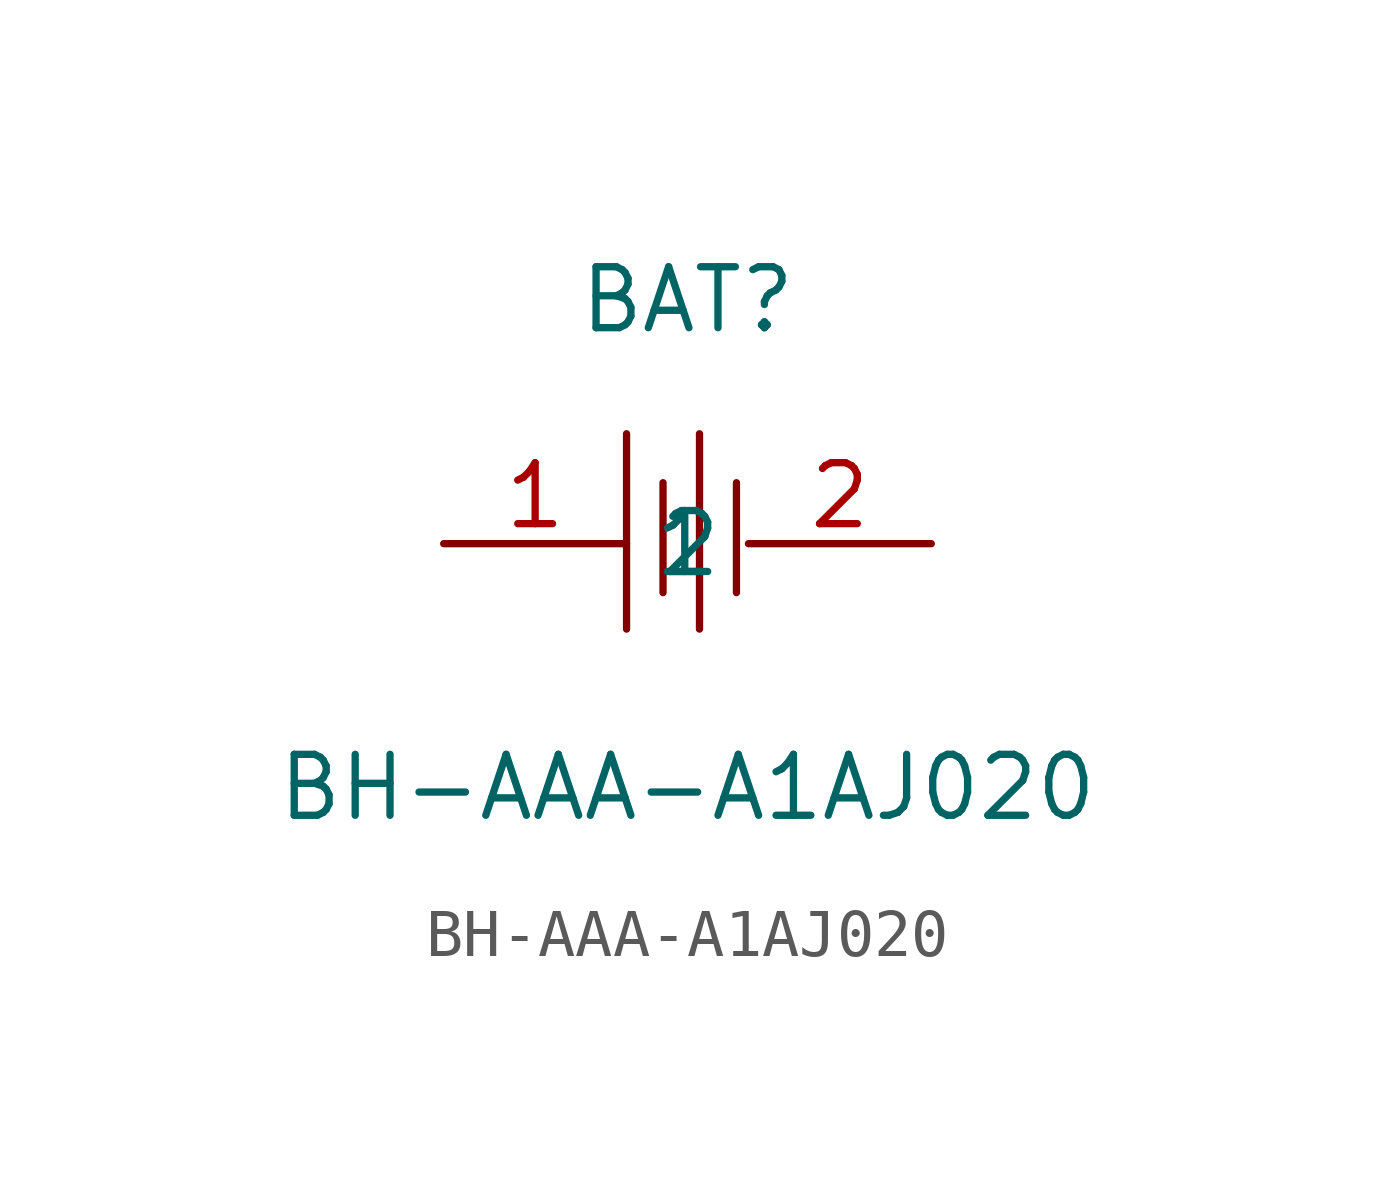
<source format=kicad_sym>
(kicad_symbol_lib
  (version 20211014)
  (generator https://github.com/uPesy/easyeda2kicad.py)
  (symbol "BH-AAA-A1AJ020"
    (property "Reference" "BAT"
      (at 0 5.08 0)
      (effects (font (size 1.27 1.27))))
    (property "Value" "BH-AAA-A1AJ020"
      (at 0 -5.08 0)
      (effects (font (size 1.27 1.27))))
    (symbol "BH-AAA-A1AJ020_0_1"
      (polyline (pts (xy -1.27 2.29) (xy -1.27 -1.78)) (stroke (width 0) (type default) (color 0 0 0 0)) (fill (type none)))
      (polyline (pts (xy -0.51 1.27) (xy -0.51 -1.02)) (stroke (width 0) (type default) (color 0 0 0 0)) (fill (type none)))
      (polyline (pts (xy 0.25 2.29) (xy 0.25 -1.78)) (stroke (width 0) (type default) (color 0 0 0 0)) (fill (type none)))
      (polyline (pts (xy 1.02 1.27) (xy 1.02 -1.02)) (stroke (width 0) (type default) (color 0 0 0 0)) (fill (type none)))
      (pin input line (at -5.08 -0.00 0) (length 3.81) (name "1" (effects (font (size 1.27 1.27)))) (number "1" (effects (font (size 1.27 1.27)))))
      (pin input line (at 5.08 -0.00 180) (length 3.81) (name "2" (effects (font (size 1.27 1.27)))) (number "2" (effects (font (size 1.27 1.27))))))))
</source>
